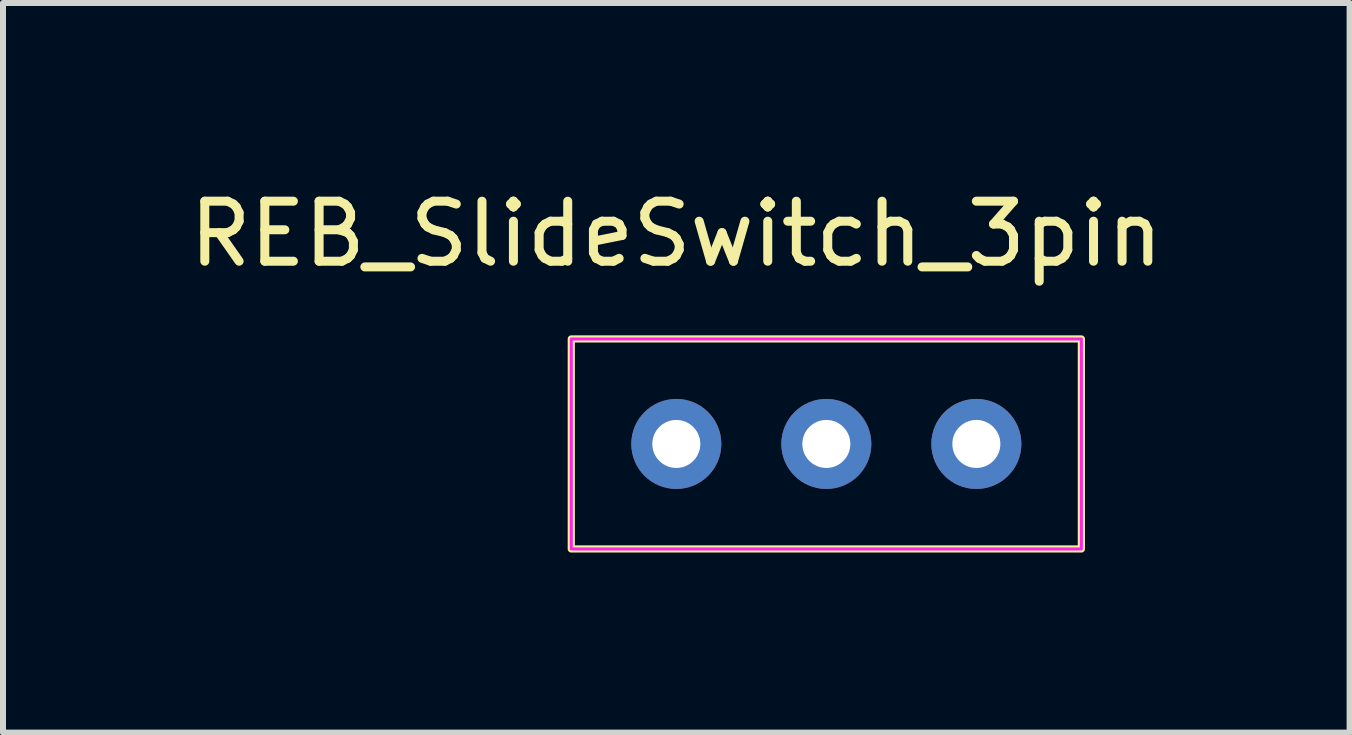
<source format=kicad_pcb>
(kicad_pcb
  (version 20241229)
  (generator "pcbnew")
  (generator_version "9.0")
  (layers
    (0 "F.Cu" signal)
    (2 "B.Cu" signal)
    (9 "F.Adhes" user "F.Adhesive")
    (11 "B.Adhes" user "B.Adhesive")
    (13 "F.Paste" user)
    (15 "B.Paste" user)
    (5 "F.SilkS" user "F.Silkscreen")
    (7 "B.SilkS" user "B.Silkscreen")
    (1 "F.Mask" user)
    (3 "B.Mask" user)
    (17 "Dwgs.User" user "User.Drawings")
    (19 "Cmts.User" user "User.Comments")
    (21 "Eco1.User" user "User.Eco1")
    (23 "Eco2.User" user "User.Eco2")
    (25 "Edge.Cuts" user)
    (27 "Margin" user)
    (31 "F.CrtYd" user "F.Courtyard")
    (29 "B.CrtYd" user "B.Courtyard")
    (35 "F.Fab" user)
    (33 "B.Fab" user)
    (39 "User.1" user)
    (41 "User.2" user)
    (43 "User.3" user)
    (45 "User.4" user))
  (footprint "REB_SlideSwitch_3pin"
    (layer "F.Cu")
    (at 8.22 4.348)
    (property "Reference" "REB_SlideSwitch_3pin" (at 0 -3.5 0) (unlocked yes) (layer "F.SilkS") (effects (font (size 1 1) (thickness 0.15))))
    (attr through_hole)
    (fp_rect (start -1.75 -1.75) (end 6.75 1.75) (stroke (width 0.12) (type default)) (fill no) (layer "F.SilkS"))
    (fp_rect (start -1.75 -1.75) (end 6.75 1.75) (stroke (width 0.05) (type default)) (fill no) (layer "F.CrtYd"))
    (pad "1" thru_hole circle (at 0 0) (size 1.5 1.5) (drill 0.8) (layers "*.Cu" "*.Mask"))
    (pad "2" thru_hole circle (at 2.5 0) (size 1.5 1.5) (drill 0.8) (layers "*.Cu" "*.Mask"))
    (pad "3" thru_hole circle (at 5 0) (size 1.5 1.5) (drill 0.8) (layers "*.Cu" "*.Mask")))
  (gr_rect
    (start -3 -3)
    (end 19.44 9.158)
    (stroke (width 0.1) (type default))
    (fill no)
    (layer "Edge.Cuts")))
</source>
